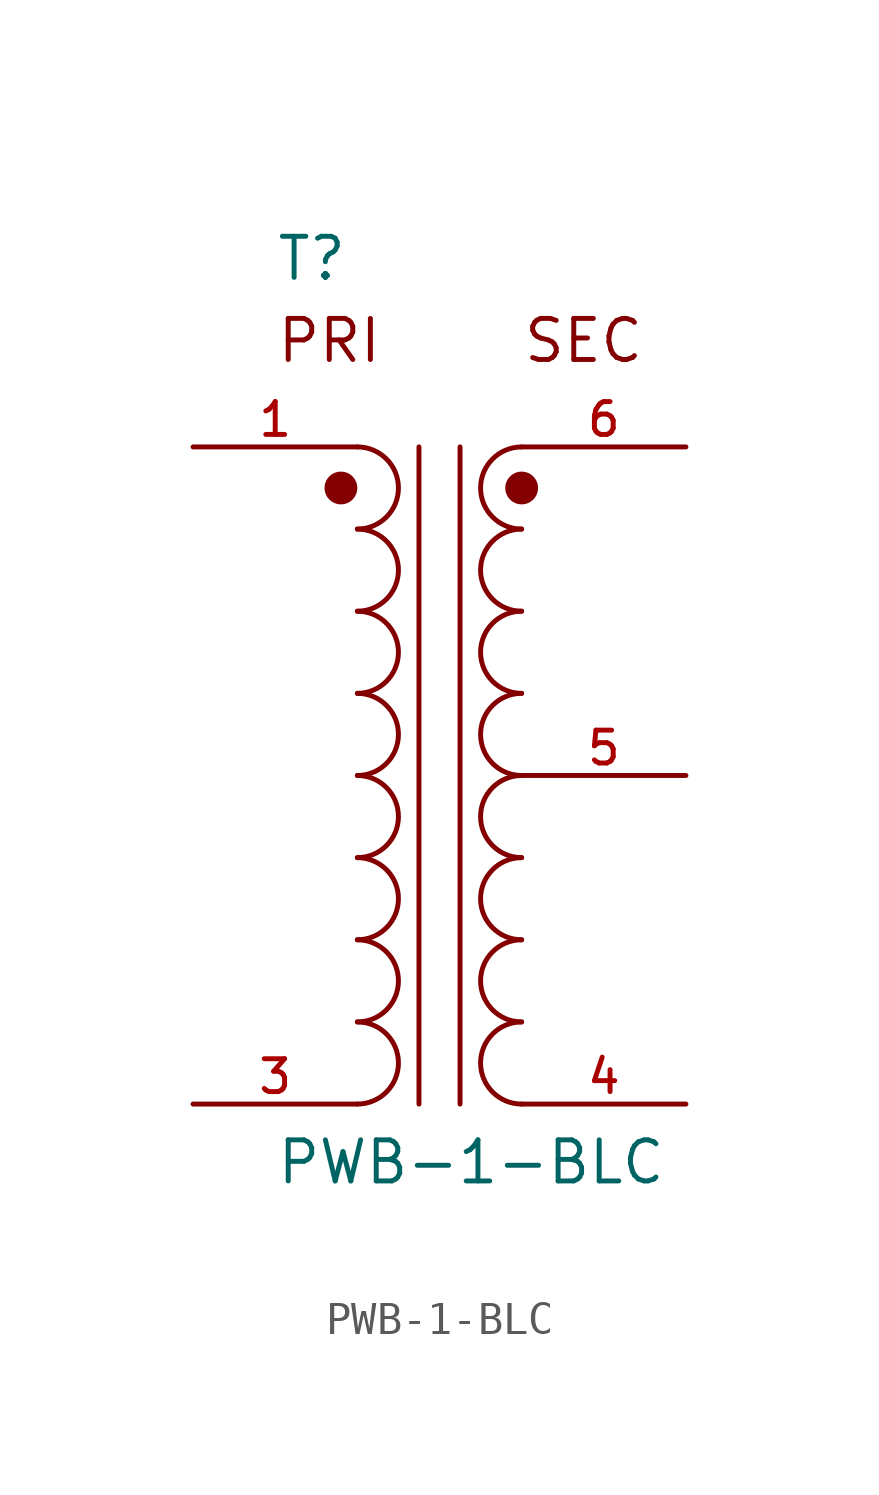
<source format=kicad_sym>
(kicad_symbol_lib
  (version 20211014)
  (generator kicad_symbol_editor)
  (symbol "PWB-1-BLC"
    (pin_names
      (offset 1.016))
    (property "Reference" "T"
      (at -5.08 15.24 0)
      (effects (font (size 1.27 1.27)) (justify bottom left)))
    (property "Value" "PWB-1-BLC"
      (at -5.08 -12.7 0)
      (effects (font (size 1.27 1.27)) (justify bottom left)))
    (symbol "PWB-1-BLC_0_0"
      (arc (start -2.54 2.54) (mid -1.27 3.81) (end -2.54 5.08) (stroke (width 0.1524) (type default) (color 0 0 0 0)) (fill (type none)))
      (arc (start -2.54 -5.08) (mid -1.27 -3.81) (end -2.54 -2.54) (stroke (width 0.1524) (type default) (color 0 0 0 0)) (fill (type none)))
      (arc (start -2.54 -7.62) (mid -1.27 -6.35) (end -2.54 -5.08) (stroke (width 0.1524) (type default) (color 0 0 0 0)) (fill (type none)))
      (arc (start 2.54 -5.08) (mid 1.27 -6.35) (end 2.54 -7.62) (stroke (width 0.1524) (type default) (color 0 0 0 0)) (fill (type none)))
      (arc (start 2.54 -2.54) (mid 1.27 -3.81) (end 2.54 -5.08) (stroke (width 0.1524) (type default) (color 0 0 0 0)) (fill (type none)))
      (arc (start 2.54 5.08) (mid 1.27 3.81) (end 2.54 2.54) (stroke (width 0.1524) (type default) (color 0 0 0 0)) (fill (type none)))
      (arc (start -2.54 5.08) (mid -1.27 6.35) (end -2.54 7.62) (stroke (width 0.1524) (type default) (color 0 0 0 0)) (fill (type none)))
      (arc (start -2.54 7.62) (mid -1.27 8.89) (end -2.54 10.16) (stroke (width 0.1524) (type default) (color 0 0 0 0)) (fill (type none)))
      (arc (start 2.54 7.62) (mid 1.27 6.35) (end 2.54 5.08) (stroke (width 0.1524) (type default) (color 0 0 0 0)) (fill (type none)))
      (arc (start 2.54 10.16) (mid 1.27 8.89) (end 2.54 7.62) (stroke (width 0.1524) (type default) (color 0 0 0 0)) (fill (type none)))
      (polyline (pts (xy -0.635 10.16) (xy -0.635 -10.16)) (stroke (width 0.152)))
      (polyline (pts (xy 0.635 10.16) (xy 0.635 -10.16)) (stroke (width 0.152)))
      (circle (center -3.048 8.89) (radius 0.254) (stroke (width 0.508)) (fill (type none)))
      (circle (center 2.54 8.89) (radius 0.254) (stroke (width 0.508)) (fill (type none)))
      (arc (start -2.54 -2.54) (mid -1.27 -1.27) (end -2.54 0.0) (stroke (width 0.1524) (type default) (color 0 0 0 0)) (fill (type none)))
      (arc (start 2.54 0.0) (mid 1.27 -1.27) (end 2.54 -2.54) (stroke (width 0.1524) (type default) (color 0 0 0 0)) (fill (type none)))
      (arc (start -2.54 0.0) (mid -1.27 1.27) (end -2.54 2.54) (stroke (width 0.1524) (type default) (color 0 0 0 0)) (fill (type none)))
      (arc (start -2.54 -10.16) (mid -1.27 -8.89) (end -2.54 -7.62) (stroke (width 0.1524) (type default) (color 0 0 0 0)) (fill (type none)))
      (arc (start 2.54 2.54) (mid 1.27 1.27) (end 2.54 0.0) (stroke (width 0.1524) (type default) (color 0 0 0 0)) (fill (type none)))
      (arc (start 2.54 -7.62) (mid 1.27 -8.89) (end 2.54 -10.16) (stroke (width 0.1524) (type default) (color 0 0 0 0)) (fill (type none)))
      (text "PRI" (at -5.08 12.7 0) (effects (font (size 1.27 1.27)) (justify bottom left)))
      (text "SEC" (at 2.54 12.7 0) (effects (font (size 1.27 1.27)) (justify bottom left)))
      (pin passive line (at -7.62 -10.16 0) (length 5.08) (name "~" (effects (font (size 1.016 1.016)))) (number "3" (effects (font (size 1.016 1.016)))))
      (pin passive line (at 7.62 10.16 180.0) (length 5.08) (name "~" (effects (font (size 1.016 1.016)))) (number "6" (effects (font (size 1.016 1.016)))))
      (pin passive line (at 7.62 -10.16 180.0) (length 5.08) (name "~" (effects (font (size 1.016 1.016)))) (number "4" (effects (font (size 1.016 1.016)))))
      (pin passive line (at -7.62 10.16 0) (length 5.08) (name "~" (effects (font (size 1.016 1.016)))) (number "1" (effects (font (size 1.016 1.016)))))
      (pin passive line (at 7.62 0.0 180.0) (length 5.08) (name "~" (effects (font (size 1.016 1.016)))) (number "5" (effects (font (size 1.016 1.016))))))))
</source>
